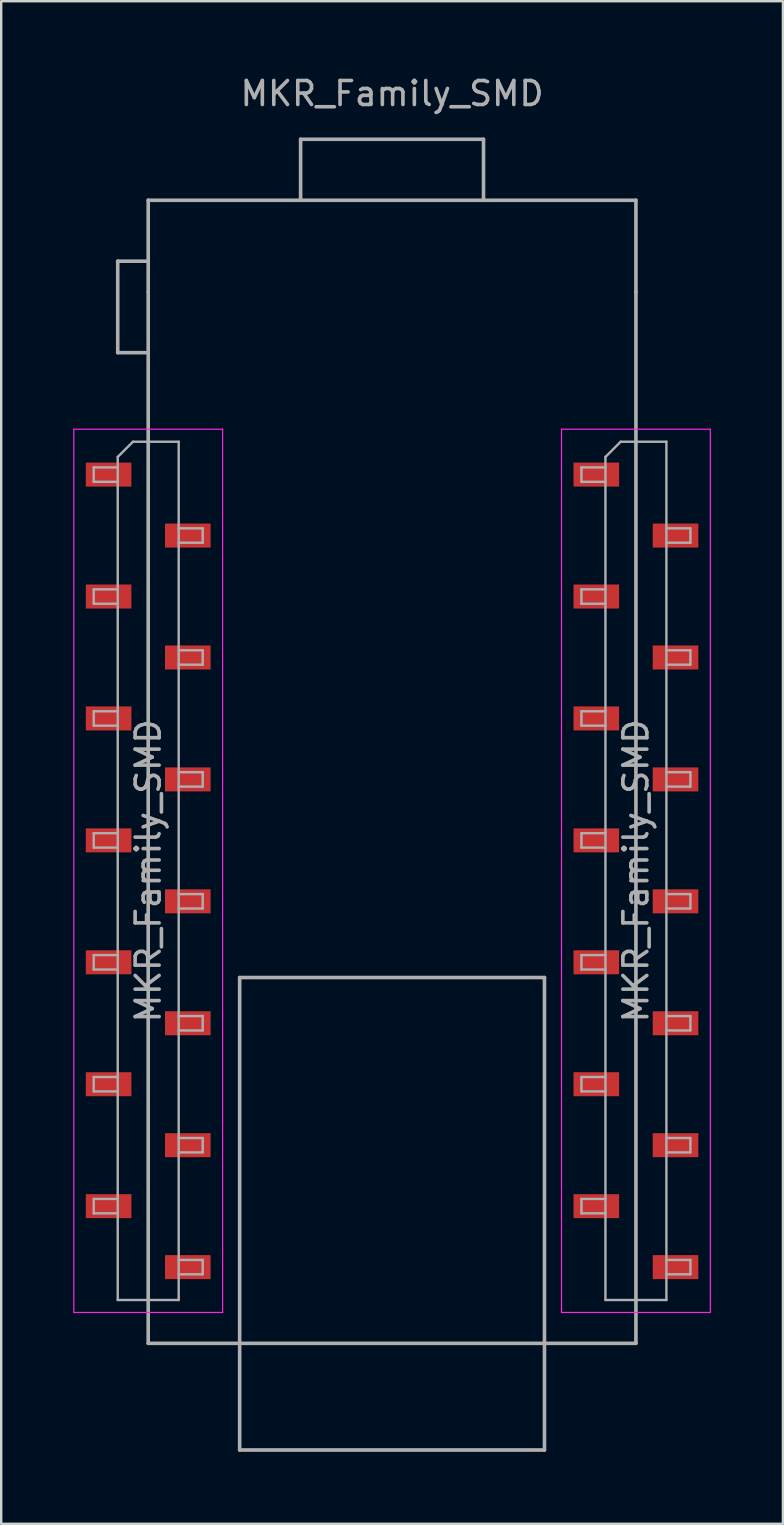
<source format=kicad_pcb>
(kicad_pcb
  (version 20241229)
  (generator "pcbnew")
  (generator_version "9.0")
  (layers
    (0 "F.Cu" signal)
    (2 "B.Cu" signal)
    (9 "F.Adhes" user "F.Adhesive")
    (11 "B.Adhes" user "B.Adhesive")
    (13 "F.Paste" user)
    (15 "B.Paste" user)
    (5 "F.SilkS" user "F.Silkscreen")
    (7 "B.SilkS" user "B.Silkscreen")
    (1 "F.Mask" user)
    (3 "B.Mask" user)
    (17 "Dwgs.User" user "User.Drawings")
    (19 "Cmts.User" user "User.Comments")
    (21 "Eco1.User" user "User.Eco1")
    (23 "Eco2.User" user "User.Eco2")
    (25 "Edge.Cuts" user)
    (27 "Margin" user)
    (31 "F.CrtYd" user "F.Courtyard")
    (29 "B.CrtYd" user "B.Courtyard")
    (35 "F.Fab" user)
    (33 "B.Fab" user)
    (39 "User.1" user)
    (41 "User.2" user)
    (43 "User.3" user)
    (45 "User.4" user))
  (footprint "MKR_Family_SMD"
    (layer "F.Cu")
    (at 13.285 33.233)
    (property "Reference" "MKR_Family_SMD" (at 0 -32.385 0) (layer "F.Fab") (effects (font (size 1 1) (thickness 0.15))))
    (attr smd)
    (fp_line (start -13.26 -18.4) (end -7.06 -18.4) (stroke (width 0.05) (type solid)) (layer "F.CrtYd"))
    (fp_line (start -13.26 18.4) (end -13.26 -18.4) (stroke (width 0.05) (type solid)) (layer "F.CrtYd"))
    (fp_line (start -7.06 -18.4) (end -7.06 18.4) (stroke (width 0.05) (type solid)) (layer "F.CrtYd"))
    (fp_line (start -7.06 18.4) (end -13.26 18.4) (stroke (width 0.05) (type solid)) (layer "F.CrtYd"))
    (fp_line (start 7.06 -18.4) (end 13.26 -18.4) (stroke (width 0.05) (type solid)) (layer "F.CrtYd"))
    (fp_line (start 7.06 18.4) (end 7.06 -18.4) (stroke (width 0.05) (type solid)) (layer "F.CrtYd"))
    (fp_line (start 13.26 -18.4) (end 13.26 18.4) (stroke (width 0.05) (type solid)) (layer "F.CrtYd"))
    (fp_line (start 13.26 18.4) (end 7.06 18.4) (stroke (width 0.05) (type solid)) (layer "F.CrtYd"))
    (fp_line (start -12.43 -16.81) (end -11.43 -16.81) (stroke (width 0.1) (type solid)) (layer "F.Fab"))
    (fp_line (start -12.43 -16.21) (end -12.43 -16.81) (stroke (width 0.1) (type solid)) (layer "F.Fab"))
    (fp_line (start -12.43 -11.73) (end -11.43 -11.73) (stroke (width 0.1) (type solid)) (layer "F.Fab"))
    (fp_line (start -12.43 -11.13) (end -12.43 -11.73) (stroke (width 0.1) (type solid)) (layer "F.Fab"))
    (fp_line (start -12.43 -6.65) (end -11.43 -6.65) (stroke (width 0.1) (type solid)) (layer "F.Fab"))
    (fp_line (start -12.43 -6.05) (end -12.43 -6.65) (stroke (width 0.1) (type solid)) (layer "F.Fab"))
    (fp_line (start -12.43 -1.57) (end -11.43 -1.57) (stroke (width 0.1) (type solid)) (layer "F.Fab"))
    (fp_line (start -12.43 -0.97) (end -12.43 -1.57) (stroke (width 0.1) (type solid)) (layer "F.Fab"))
    (fp_line (start -12.43 3.51) (end -11.43 3.51) (stroke (width 0.1) (type solid)) (layer "F.Fab"))
    (fp_line (start -12.43 4.11) (end -12.43 3.51) (stroke (width 0.1) (type solid)) (layer "F.Fab"))
    (fp_line (start -12.43 8.59) (end -11.43 8.59) (stroke (width 0.1) (type solid)) (layer "F.Fab"))
    (fp_line (start -12.43 9.19) (end -12.43 8.59) (stroke (width 0.1) (type solid)) (layer "F.Fab"))
    (fp_line (start -12.43 13.67) (end -11.43 13.67) (stroke (width 0.1) (type solid)) (layer "F.Fab"))
    (fp_line (start -12.43 14.27) (end -12.43 13.67) (stroke (width 0.1) (type solid)) (layer "F.Fab"))
    (fp_line (start -11.43 -25.4) (end -10.16 -25.4) (stroke (width 0.15) (type solid)) (layer "F.Fab"))
    (fp_line (start -11.43 -21.59) (end -11.43 -25.4) (stroke (width 0.15) (type solid)) (layer "F.Fab"))
    (fp_line (start -11.43 -17.245) (end -10.795 -17.88) (stroke (width 0.1) (type solid)) (layer "F.Fab"))
    (fp_line (start -11.43 -16.21) (end -12.43 -16.21) (stroke (width 0.1) (type solid)) (layer "F.Fab"))
    (fp_line (start -11.43 -11.13) (end -12.43 -11.13) (stroke (width 0.1) (type solid)) (layer "F.Fab"))
    (fp_line (start -11.43 -6.05) (end -12.43 -6.05) (stroke (width 0.1) (type solid)) (layer "F.Fab"))
    (fp_line (start -11.43 -0.97) (end -12.43 -0.97) (stroke (width 0.1) (type solid)) (layer "F.Fab"))
    (fp_line (start -11.43 4.11) (end -12.43 4.11) (stroke (width 0.1) (type solid)) (layer "F.Fab"))
    (fp_line (start -11.43 9.19) (end -12.43 9.19) (stroke (width 0.1) (type solid)) (layer "F.Fab"))
    (fp_line (start -11.43 14.27) (end -12.43 14.27) (stroke (width 0.1) (type solid)) (layer "F.Fab"))
    (fp_line (start -11.43 17.88) (end -11.43 -17.245) (stroke (width 0.1) (type solid)) (layer "F.Fab"))
    (fp_line (start -10.795 -17.88) (end -8.89 -17.88) (stroke (width 0.1) (type solid)) (layer "F.Fab"))
    (fp_line (start -10.16 -27.94) (end 10.16 -27.94) (stroke (width 0.15) (type solid)) (layer "F.Fab"))
    (fp_line (start -10.16 -24.13) (end -10.16 -27.94) (stroke (width 0.15) (type solid)) (layer "F.Fab"))
    (fp_line (start -10.16 -24.13) (end -10.16 19.685) (stroke (width 0.15) (type solid)) (layer "F.Fab"))
    (fp_line (start -10.16 -21.59) (end -11.43 -21.59) (stroke (width 0.15) (type solid)) (layer "F.Fab"))
    (fp_line (start -10.16 19.685) (end 10.16 19.685) (stroke (width 0.15) (type solid)) (layer "F.Fab"))
    (fp_line (start -8.89 -17.88) (end -8.89 17.88) (stroke (width 0.1) (type solid)) (layer "F.Fab"))
    (fp_line (start -8.89 -14.27) (end -7.89 -14.27) (stroke (width 0.1) (type solid)) (layer "F.Fab"))
    (fp_line (start -8.89 -9.19) (end -7.89 -9.19) (stroke (width 0.1) (type solid)) (layer "F.Fab"))
    (fp_line (start -8.89 -4.11) (end -7.89 -4.11) (stroke (width 0.1) (type solid)) (layer "F.Fab"))
    (fp_line (start -8.89 0.97) (end -7.89 0.97) (stroke (width 0.1) (type solid)) (layer "F.Fab"))
    (fp_line (start -8.89 6.05) (end -7.89 6.05) (stroke (width 0.1) (type solid)) (layer "F.Fab"))
    (fp_line (start -8.89 11.13) (end -7.89 11.13) (stroke (width 0.1) (type solid)) (layer "F.Fab"))
    (fp_line (start -8.89 16.21) (end -7.89 16.21) (stroke (width 0.1) (type solid)) (layer "F.Fab"))
    (fp_line (start -8.89 17.88) (end -11.43 17.88) (stroke (width 0.1) (type solid)) (layer "F.Fab"))
    (fp_line (start -7.89 -14.27) (end -7.89 -13.67) (stroke (width 0.1) (type solid)) (layer "F.Fab"))
    (fp_line (start -7.89 -13.67) (end -8.89 -13.67) (stroke (width 0.1) (type solid)) (layer "F.Fab"))
    (fp_line (start -7.89 -9.19) (end -7.89 -8.59) (stroke (width 0.1) (type solid)) (layer "F.Fab"))
    (fp_line (start -7.89 -8.59) (end -8.89 -8.59) (stroke (width 0.1) (type solid)) (layer "F.Fab"))
    (fp_line (start -7.89 -4.11) (end -7.89 -3.51) (stroke (width 0.1) (type solid)) (layer "F.Fab"))
    (fp_line (start -7.89 -3.51) (end -8.89 -3.51) (stroke (width 0.1) (type solid)) (layer "F.Fab"))
    (fp_line (start -7.89 0.97) (end -7.89 1.57) (stroke (width 0.1) (type solid)) (layer "F.Fab"))
    (fp_line (start -7.89 1.57) (end -8.89 1.57) (stroke (width 0.1) (type solid)) (layer "F.Fab"))
    (fp_line (start -7.89 6.05) (end -7.89 6.65) (stroke (width 0.1) (type solid)) (layer "F.Fab"))
    (fp_line (start -7.89 6.65) (end -8.89 6.65) (stroke (width 0.1) (type solid)) (layer "F.Fab"))
    (fp_line (start -7.89 11.13) (end -7.89 11.73) (stroke (width 0.1) (type solid)) (layer "F.Fab"))
    (fp_line (start -7.89 11.73) (end -8.89 11.73) (stroke (width 0.1) (type solid)) (layer "F.Fab"))
    (fp_line (start -7.89 16.21) (end -7.89 16.81) (stroke (width 0.1) (type solid)) (layer "F.Fab"))
    (fp_line (start -7.89 16.81) (end -8.89 16.81) (stroke (width 0.1) (type solid)) (layer "F.Fab"))
    (fp_line (start -6.35 4.445) (end -6.35 24.13) (stroke (width 0.15) (type solid)) (layer "F.Fab"))
    (fp_line (start -6.35 24.13) (end 6.35 24.13) (stroke (width 0.15) (type solid)) (layer "F.Fab"))
    (fp_line (start -3.81 -30.48) (end 3.81 -30.48) (stroke (width 0.15) (type solid)) (layer "F.Fab"))
    (fp_line (start -3.81 -27.94) (end -3.81 -30.48) (stroke (width 0.15) (type solid)) (layer "F.Fab"))
    (fp_line (start 3.81 -30.48) (end 3.81 -27.94) (stroke (width 0.15) (type solid)) (layer "F.Fab"))
    (fp_line (start 6.35 4.445) (end -6.35 4.445) (stroke (width 0.15) (type solid)) (layer "F.Fab"))
    (fp_line (start 6.35 24.13) (end 6.35 4.445) (stroke (width 0.15) (type solid)) (layer "F.Fab"))
    (fp_line (start 7.89 -16.81) (end 8.89 -16.81) (stroke (width 0.1) (type solid)) (layer "F.Fab"))
    (fp_line (start 7.89 -16.21) (end 7.89 -16.81) (stroke (width 0.1) (type solid)) (layer "F.Fab"))
    (fp_line (start 7.89 -11.73) (end 8.89 -11.73) (stroke (width 0.1) (type solid)) (layer "F.Fab"))
    (fp_line (start 7.89 -11.13) (end 7.89 -11.73) (stroke (width 0.1) (type solid)) (layer "F.Fab"))
    (fp_line (start 7.89 -6.65) (end 8.89 -6.65) (stroke (width 0.1) (type solid)) (layer "F.Fab"))
    (fp_line (start 7.89 -6.05) (end 7.89 -6.65) (stroke (width 0.1) (type solid)) (layer "F.Fab"))
    (fp_line (start 7.89 -1.57) (end 8.89 -1.57) (stroke (width 0.1) (type solid)) (layer "F.Fab"))
    (fp_line (start 7.89 -0.97) (end 7.89 -1.57) (stroke (width 0.1) (type solid)) (layer "F.Fab"))
    (fp_line (start 7.89 3.51) (end 8.89 3.51) (stroke (width 0.1) (type solid)) (layer "F.Fab"))
    (fp_line (start 7.89 4.11) (end 7.89 3.51) (stroke (width 0.1) (type solid)) (layer "F.Fab"))
    (fp_line (start 7.89 8.59) (end 8.89 8.59) (stroke (width 0.1) (type solid)) (layer "F.Fab"))
    (fp_line (start 7.89 9.19) (end 7.89 8.59) (stroke (width 0.1) (type solid)) (layer "F.Fab"))
    (fp_line (start 7.89 13.67) (end 8.89 13.67) (stroke (width 0.1) (type solid)) (layer "F.Fab"))
    (fp_line (start 7.89 14.27) (end 7.89 13.67) (stroke (width 0.1) (type solid)) (layer "F.Fab"))
    (fp_line (start 8.89 -17.245) (end 9.525 -17.88) (stroke (width 0.1) (type solid)) (layer "F.Fab"))
    (fp_line (start 8.89 -16.21) (end 7.89 -16.21) (stroke (width 0.1) (type solid)) (layer "F.Fab"))
    (fp_line (start 8.89 -11.13) (end 7.89 -11.13) (stroke (width 0.1) (type solid)) (layer "F.Fab"))
    (fp_line (start 8.89 -6.05) (end 7.89 -6.05) (stroke (width 0.1) (type solid)) (layer "F.Fab"))
    (fp_line (start 8.89 -0.97) (end 7.89 -0.97) (stroke (width 0.1) (type solid)) (layer "F.Fab"))
    (fp_line (start 8.89 4.11) (end 7.89 4.11) (stroke (width 0.1) (type solid)) (layer "F.Fab"))
    (fp_line (start 8.89 9.19) (end 7.89 9.19) (stroke (width 0.1) (type solid)) (layer "F.Fab"))
    (fp_line (start 8.89 14.27) (end 7.89 14.27) (stroke (width 0.1) (type solid)) (layer "F.Fab"))
    (fp_line (start 8.89 17.88) (end 8.89 -17.245) (stroke (width 0.1) (type solid)) (layer "F.Fab"))
    (fp_line (start 9.525 -17.88) (end 11.43 -17.88) (stroke (width 0.1) (type solid)) (layer "F.Fab"))
    (fp_line (start 10.16 -27.94) (end 10.16 -24.13) (stroke (width 0.15) (type solid)) (layer "F.Fab"))
    (fp_line (start 10.16 19.685) (end 10.16 -24.13) (stroke (width 0.15) (type solid)) (layer "F.Fab"))
    (fp_line (start 11.43 -17.88) (end 11.43 17.88) (stroke (width 0.1) (type solid)) (layer "F.Fab"))
    (fp_line (start 11.43 -14.27) (end 12.43 -14.27) (stroke (width 0.1) (type solid)) (layer "F.Fab"))
    (fp_line (start 11.43 -9.19) (end 12.43 -9.19) (stroke (width 0.1) (type solid)) (layer "F.Fab"))
    (fp_line (start 11.43 -4.11) (end 12.43 -4.11) (stroke (width 0.1) (type solid)) (layer "F.Fab"))
    (fp_line (start 11.43 0.97) (end 12.43 0.97) (stroke (width 0.1) (type solid)) (layer "F.Fab"))
    (fp_line (start 11.43 6.05) (end 12.43 6.05) (stroke (width 0.1) (type solid)) (layer "F.Fab"))
    (fp_line (start 11.43 11.13) (end 12.43 11.13) (stroke (width 0.1) (type solid)) (layer "F.Fab"))
    (fp_line (start 11.43 16.21) (end 12.43 16.21) (stroke (width 0.1) (type solid)) (layer "F.Fab"))
    (fp_line (start 11.43 17.88) (end 8.89 17.88) (stroke (width 0.1) (type solid)) (layer "F.Fab"))
    (fp_line (start 12.43 -14.27) (end 12.43 -13.67) (stroke (width 0.1) (type solid)) (layer "F.Fab"))
    (fp_line (start 12.43 -13.67) (end 11.43 -13.67) (stroke (width 0.1) (type solid)) (layer "F.Fab"))
    (fp_line (start 12.43 -9.19) (end 12.43 -8.59) (stroke (width 0.1) (type solid)) (layer "F.Fab"))
    (fp_line (start 12.43 -8.59) (end 11.43 -8.59) (stroke (width 0.1) (type solid)) (layer "F.Fab"))
    (fp_line (start 12.43 -4.11) (end 12.43 -3.51) (stroke (width 0.1) (type solid)) (layer "F.Fab"))
    (fp_line (start 12.43 -3.51) (end 11.43 -3.51) (stroke (width 0.1) (type solid)) (layer "F.Fab"))
    (fp_line (start 12.43 0.97) (end 12.43 1.57) (stroke (width 0.1) (type solid)) (layer "F.Fab"))
    (fp_line (start 12.43 1.57) (end 11.43 1.57) (stroke (width 0.1) (type solid)) (layer "F.Fab"))
    (fp_line (start 12.43 6.05) (end 12.43 6.65) (stroke (width 0.1) (type solid)) (layer "F.Fab"))
    (fp_line (start 12.43 6.65) (end 11.43 6.65) (stroke (width 0.1) (type solid)) (layer "F.Fab"))
    (fp_line (start 12.43 11.13) (end 12.43 11.73) (stroke (width 0.1) (type solid)) (layer "F.Fab"))
    (fp_line (start 12.43 11.73) (end 11.43 11.73) (stroke (width 0.1) (type solid)) (layer "F.Fab"))
    (fp_line (start 12.43 16.21) (end 12.43 16.81) (stroke (width 0.1) (type solid)) (layer "F.Fab"))
    (fp_line (start 12.43 16.81) (end 11.43 16.81) (stroke (width 0.1) (type solid)) (layer "F.Fab"))
    (fp_poly (pts (xy 6.35 24.13) (xy -6.35 24.13) (xy -6.35 4.445) (xy 6.35 4.445)) (stroke (width 0.1) (type solid)) (fill no) (layer "F.Fab"))
    (fp_text user "${REFERENCE}" (at -10.16 0 90) (layer "F.Fab") (effects (font (size 1 1) (thickness 0.15))))
    (fp_text user "${REFERENCE}" (at 10.16 0 90) (layer "F.Fab") (effects (font (size 1 1) (thickness 0.15))))
    (pad "1" smd rect (at -11.81 -16.51) (size 1.9 1) (layers "F.Cu" "F.Mask" "F.Paste"))
    (pad "2" smd rect (at -8.51 -13.97) (size 1.9 1) (layers "F.Cu" "F.Mask" "F.Paste"))
    (pad "3" smd rect (at -11.81 -11.43) (size 1.9 1) (layers "F.Cu" "F.Mask" "F.Paste"))
    (pad "4" smd rect (at -8.51 -8.89) (size 1.9 1) (layers "F.Cu" "F.Mask" "F.Paste"))
    (pad "5" smd rect (at -11.81 -6.35) (size 1.9 1) (layers "F.Cu" "F.Mask" "F.Paste"))
    (pad "6" smd rect (at -8.51 -3.81) (size 1.9 1) (layers "F.Cu" "F.Mask" "F.Paste"))
    (pad "7" smd rect (at -11.81 -1.27) (size 1.9 1) (layers "F.Cu" "F.Mask" "F.Paste"))
    (pad "8" smd rect (at -8.51 1.27) (size 1.9 1) (layers "F.Cu" "F.Mask" "F.Paste"))
    (pad "9" smd rect (at -11.81 3.81) (size 1.9 1) (layers "F.Cu" "F.Mask" "F.Paste"))
    (pad "10" smd rect (at -8.51 6.35) (size 1.9 1) (layers "F.Cu" "F.Mask" "F.Paste"))
    (pad "11" smd rect (at -11.81 8.89) (size 1.9 1) (layers "F.Cu" "F.Mask" "F.Paste"))
    (pad "12" smd rect (at -8.51 11.43) (size 1.9 1) (layers "F.Cu" "F.Mask" "F.Paste"))
    (pad "13" smd rect (at -11.81 13.97) (size 1.9 1) (layers "F.Cu" "F.Mask" "F.Paste"))
    (pad "14" smd rect (at -8.51 16.51) (size 1.9 1) (layers "F.Cu" "F.Mask" "F.Paste"))
    (pad "15" smd rect (at 11.81 16.51) (size 1.9 1) (layers "F.Cu" "F.Mask" "F.Paste"))
    (pad "16" smd rect (at 8.51 13.97) (size 1.9 1) (layers "F.Cu" "F.Mask" "F.Paste"))
    (pad "17" smd rect (at 11.81 11.43) (size 1.9 1) (layers "F.Cu" "F.Mask" "F.Paste"))
    (pad "18" smd rect (at 8.51 8.89) (size 1.9 1) (layers "F.Cu" "F.Mask" "F.Paste"))
    (pad "19" smd rect (at 11.81 6.35) (size 1.9 1) (layers "F.Cu" "F.Mask" "F.Paste"))
    (pad "20" smd rect (at 8.51 3.81) (size 1.9 1) (layers "F.Cu" "F.Mask" "F.Paste"))
    (pad "21" smd rect (at 11.81 1.27) (size 1.9 1) (layers "F.Cu" "F.Mask" "F.Paste"))
    (pad "22" smd rect (at 8.51 -1.27) (size 1.9 1) (layers "F.Cu" "F.Mask" "F.Paste"))
    (pad "23" smd rect (at 11.81 -3.81) (size 1.9 1) (layers "F.Cu" "F.Mask" "F.Paste"))
    (pad "24" smd rect (at 8.51 -6.35) (size 1.9 1) (layers "F.Cu" "F.Mask" "F.Paste"))
    (pad "25" smd rect (at 11.81 -8.89) (size 1.9 1) (layers "F.Cu" "F.Mask" "F.Paste"))
    (pad "26" smd rect (at 8.51 -11.43) (size 1.9 1) (layers "F.Cu" "F.Mask" "F.Paste"))
    (pad "27" smd rect (at 11.81 -13.97) (size 1.9 1) (layers "F.Cu" "F.Mask" "F.Paste"))
    (pad "28" smd rect (at 8.51 -16.51) (size 1.9 1) (layers "F.Cu" "F.Mask" "F.Paste")))
  (gr_rect
    (start -3 -3)
    (end 29.57 60.438)
    (stroke (width 0.1) (type default))
    (fill no)
    (layer "Edge.Cuts")))
</source>
